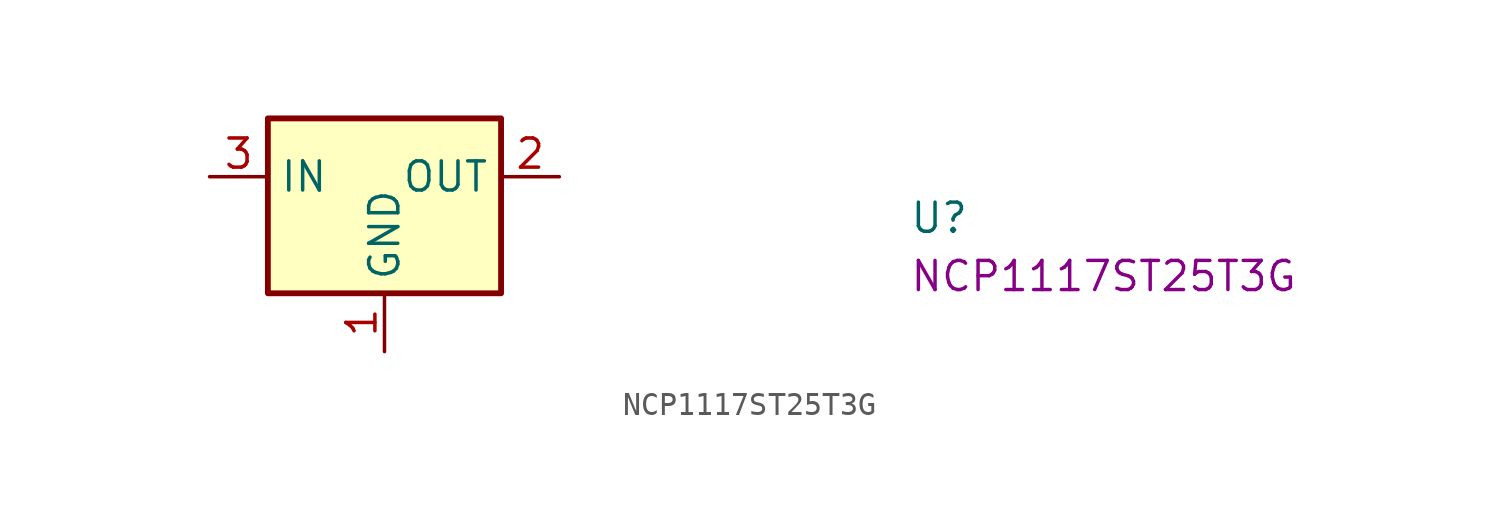
<source format=kicad_sym>
(kicad_symbol_lib
  (version 20220914)
  (generator kicad_symbol_editor)
  (symbol "NCP1117ST25T3G"
    (property "Reference" "U"
      (at 30.48 -2.54 0)
      (effects (font (size 1.27 1.27) (thickness 0.15)) (justify left bottom)))
    (property "MPN" "NCP1117ST25T3G"
      (at 30.48 -5.08 0)
      (effects (font (size 1.27 1.27) (thickness 0.15)) (justify left bottom)))
    (symbol "NCP1117ST25T3G_1_1"
      (rectangle (start 2.54 2.54) (end 12.7 -5.08) (stroke (width 0.254) (type default)) (fill (type background)))
      (pin power_in line (at 7.62 -7.62 90) (length 2.54) (name "GND" (effects (font (size 1.27 1.27)))) (number "1" (effects (font (size 1.27 1.27)))) (alternate "ADJ" passive line))
      (pin power_out line (at 15.24 0 180) (length 2.54) (name "OUT" (effects (font (size 1.27 1.27)))) (number "2" (effects (font (size 1.27 1.27)))))
      (pin power_in line (at 0 0 0) (length 2.54) (name "IN" (effects (font (size 1.27 1.27)))) (number "3" (effects (font (size 1.27 1.27)))))
      (pin passive line (at 15.24 0 180) (length 2.54) hide (name "OUT" (effects (font (size 1.27 1.27)))) (number "4" (effects (font (size 1.27 1.27))))))))
</source>
